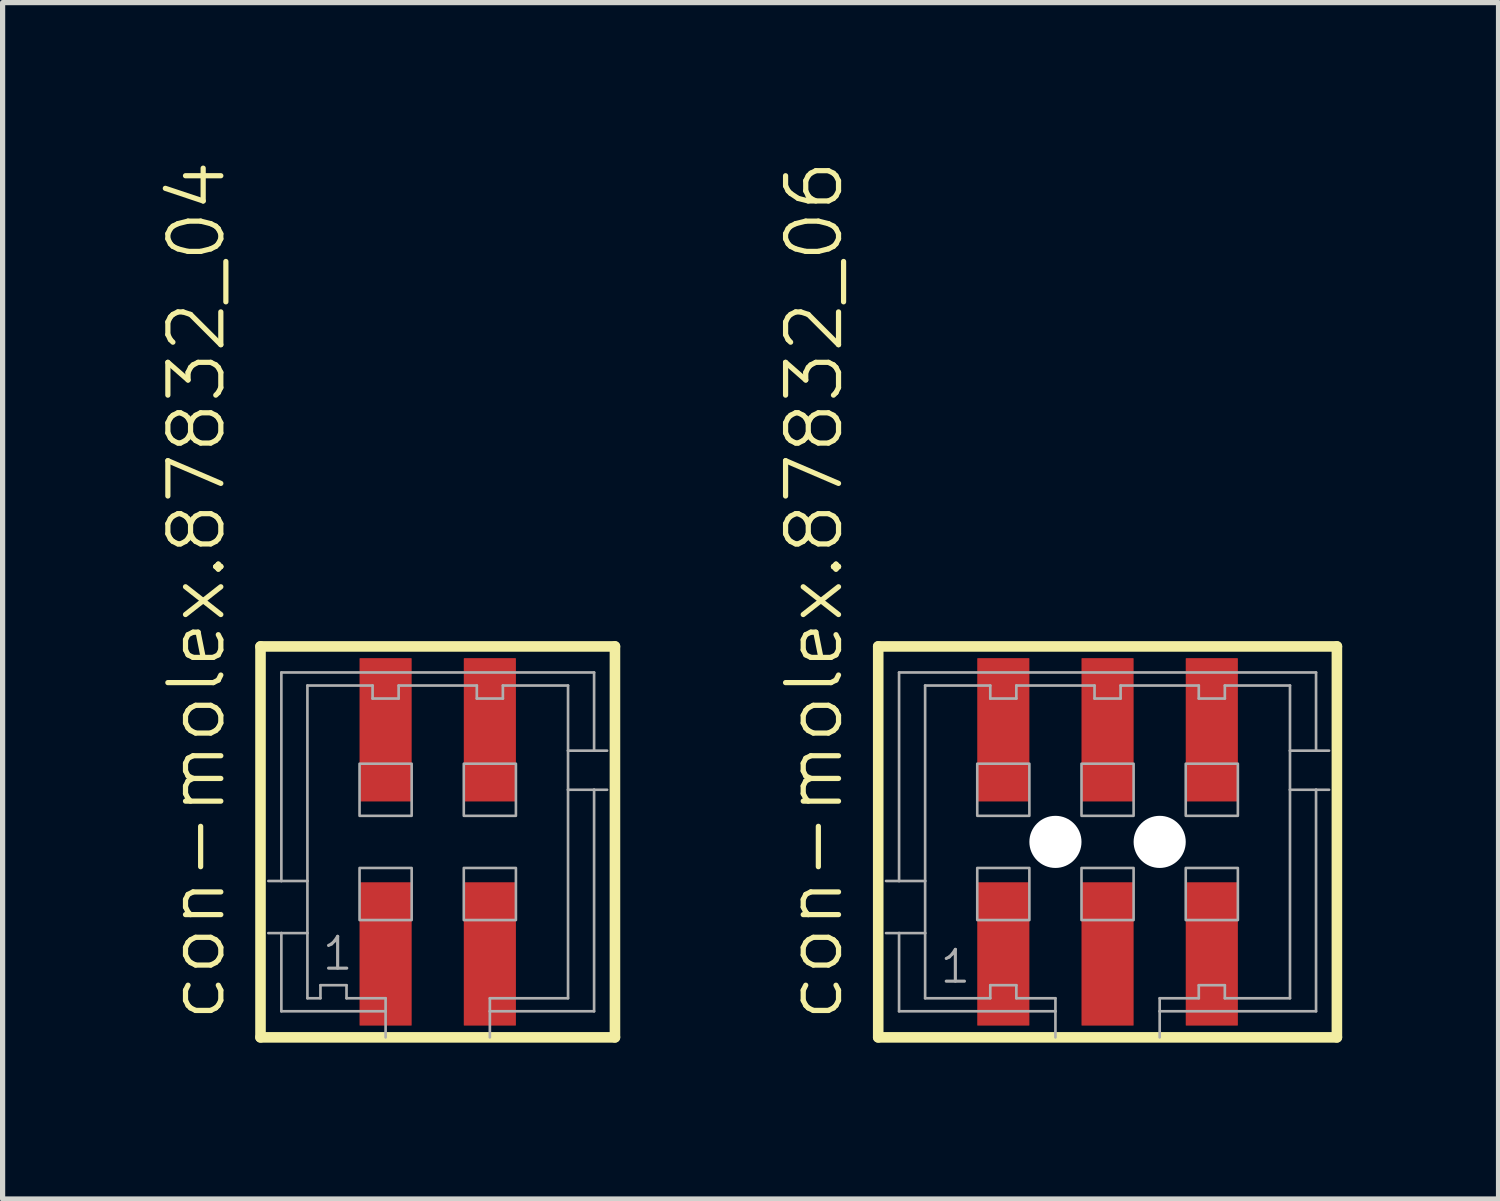
<source format=kicad_pcb>
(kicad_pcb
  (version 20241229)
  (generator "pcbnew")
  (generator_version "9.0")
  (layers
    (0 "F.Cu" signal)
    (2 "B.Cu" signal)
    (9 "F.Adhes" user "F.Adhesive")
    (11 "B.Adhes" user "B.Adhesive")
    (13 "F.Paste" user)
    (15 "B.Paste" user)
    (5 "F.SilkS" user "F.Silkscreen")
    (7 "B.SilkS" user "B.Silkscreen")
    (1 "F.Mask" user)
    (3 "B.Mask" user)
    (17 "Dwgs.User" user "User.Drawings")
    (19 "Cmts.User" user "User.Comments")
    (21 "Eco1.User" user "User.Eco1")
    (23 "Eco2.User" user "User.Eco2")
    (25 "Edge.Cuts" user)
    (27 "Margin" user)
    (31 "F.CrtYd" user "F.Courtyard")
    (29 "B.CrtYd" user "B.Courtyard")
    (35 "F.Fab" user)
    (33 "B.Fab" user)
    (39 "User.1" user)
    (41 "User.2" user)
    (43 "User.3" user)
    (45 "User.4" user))
  (footprint "con-molex.87832_06"
    (layer "F.Cu")
    (at 18.199 13.102)
    (property "Reference" "con-molex.87832_06" (at -5.032 3.493 90) (layer "F.SilkS") (effects (font (size 1.016 1.016) (thickness 0.1)) (justify left bottom)))
    (attr smd)
    (fp_line (start -4.4 -3.75) (end 4.4 -3.75) (stroke (width 0.203) (type default)) (layer "F.SilkS"))
    (fp_line (start -4.4 3.75) (end -4.4 -3.75) (stroke (width 0.203) (type default)) (layer "F.SilkS"))
    (fp_line (start 4.4 -3.75) (end 4.4 3.75) (stroke (width 0.203) (type default)) (layer "F.SilkS"))
    (fp_line (start 4.4 3.75) (end -4.4 3.75) (stroke (width 0.203) (type default)) (layer "F.SilkS"))
    (fp_line (start -4 -3.25) (end 4 -3.25) (stroke (width 0.051) (type default)) (layer "F.Fab"))
    (fp_line (start -4 0.75) (end -4.25 0.75) (stroke (width 0.051) (type default)) (layer "F.Fab"))
    (fp_line (start -4 0.75) (end -4 -3.25) (stroke (width 0.051) (type default)) (layer "F.Fab"))
    (fp_line (start -4 1.75) (end -4.25 1.75) (stroke (width 0.051) (type default)) (layer "F.Fab"))
    (fp_line (start -4 3.25) (end -4 1.75) (stroke (width 0.051) (type default)) (layer "F.Fab"))
    (fp_line (start -3.5 -3) (end -3.5 0.75) (stroke (width 0.051) (type default)) (layer "F.Fab"))
    (fp_line (start -3.5 0.75) (end -4 0.75) (stroke (width 0.051) (type default)) (layer "F.Fab"))
    (fp_line (start -3.5 0.75) (end -3.5 1.75) (stroke (width 0.051) (type default)) (layer "F.Fab"))
    (fp_line (start -3.5 1.75) (end -4 1.75) (stroke (width 0.051) (type default)) (layer "F.Fab"))
    (fp_line (start -3.5 1.75) (end -3.5 3) (stroke (width 0.051) (type default)) (layer "F.Fab"))
    (fp_line (start -3.5 3) (end -2.25 3) (stroke (width 0.051) (type default)) (layer "F.Fab"))
    (fp_line (start -2.25 -3) (end -3.5 -3) (stroke (width 0.051) (type default)) (layer "F.Fab"))
    (fp_line (start -2.25 -2.75) (end -2.25 -3) (stroke (width 0.051) (type default)) (layer "F.Fab"))
    (fp_line (start -2.25 2.75) (end -1.75 2.75) (stroke (width 0.051) (type default)) (layer "F.Fab"))
    (fp_line (start -2.25 3) (end -2.25 2.75) (stroke (width 0.051) (type default)) (layer "F.Fab"))
    (fp_line (start -1.75 -3) (end -1.75 -2.75) (stroke (width 0.051) (type default)) (layer "F.Fab"))
    (fp_line (start -1.75 -2.75) (end -2.25 -2.75) (stroke (width 0.051) (type default)) (layer "F.Fab"))
    (fp_line (start -1.75 2.75) (end -1.75 3) (stroke (width 0.051) (type default)) (layer "F.Fab"))
    (fp_line (start -1.75 3) (end -1 3) (stroke (width 0.051) (type default)) (layer "F.Fab"))
    (fp_line (start -1 3) (end -1 3.25) (stroke (width 0.051) (type default)) (layer "F.Fab"))
    (fp_line (start -1 3.25) (end -4 3.25) (stroke (width 0.051) (type default)) (layer "F.Fab"))
    (fp_line (start -1 3.25) (end -1 3.75) (stroke (width 0.051) (type default)) (layer "F.Fab"))
    (fp_line (start -0.25 -3) (end -1.75 -3) (stroke (width 0.051) (type default)) (layer "F.Fab"))
    (fp_line (start -0.25 -2.75) (end -0.25 -3) (stroke (width 0.051) (type default)) (layer "F.Fab"))
    (fp_line (start 0.25 -3) (end 0.25 -2.75) (stroke (width 0.051) (type default)) (layer "F.Fab"))
    (fp_line (start 0.25 -2.75) (end -0.25 -2.75) (stroke (width 0.051) (type default)) (layer "F.Fab"))
    (fp_line (start 1 3) (end 1.75 3) (stroke (width 0.051) (type default)) (layer "F.Fab"))
    (fp_line (start 1 3.25) (end 1 3) (stroke (width 0.051) (type default)) (layer "F.Fab"))
    (fp_line (start 1 3.75) (end 1 3.25) (stroke (width 0.051) (type default)) (layer "F.Fab"))
    (fp_line (start 1.75 -3) (end 0.25 -3) (stroke (width 0.051) (type default)) (layer "F.Fab"))
    (fp_line (start 1.75 -2.75) (end 1.75 -3) (stroke (width 0.051) (type default)) (layer "F.Fab"))
    (fp_line (start 1.75 2.75) (end 2.25 2.75) (stroke (width 0.051) (type default)) (layer "F.Fab"))
    (fp_line (start 1.75 3) (end 1.75 2.75) (stroke (width 0.051) (type default)) (layer "F.Fab"))
    (fp_line (start 2.25 -3) (end 2.25 -2.75) (stroke (width 0.051) (type default)) (layer "F.Fab"))
    (fp_line (start 2.25 -2.75) (end 1.75 -2.75) (stroke (width 0.051) (type default)) (layer "F.Fab"))
    (fp_line (start 2.25 2.75) (end 2.25 3) (stroke (width 0.051) (type default)) (layer "F.Fab"))
    (fp_line (start 2.25 3) (end 3.5 3) (stroke (width 0.051) (type default)) (layer "F.Fab"))
    (fp_line (start 3.5 -3) (end 2.25 -3) (stroke (width 0.051) (type default)) (layer "F.Fab"))
    (fp_line (start 3.5 -1.75) (end 3.5 -3) (stroke (width 0.051) (type default)) (layer "F.Fab"))
    (fp_line (start 3.5 -1.75) (end 4 -1.75) (stroke (width 0.051) (type default)) (layer "F.Fab"))
    (fp_line (start 3.5 -1) (end 3.5 -1.75) (stroke (width 0.051) (type default)) (layer "F.Fab"))
    (fp_line (start 3.5 -1) (end 4 -1) (stroke (width 0.051) (type default)) (layer "F.Fab"))
    (fp_line (start 3.5 3) (end 3.5 -1) (stroke (width 0.051) (type default)) (layer "F.Fab"))
    (fp_line (start 4 -3.25) (end 4 -1.75) (stroke (width 0.051) (type default)) (layer "F.Fab"))
    (fp_line (start 4 -1.75) (end 4.25 -1.75) (stroke (width 0.051) (type default)) (layer "F.Fab"))
    (fp_line (start 4 -1) (end 4 3.25) (stroke (width 0.051) (type default)) (layer "F.Fab"))
    (fp_line (start 4 -1) (end 4.25 -1) (stroke (width 0.051) (type default)) (layer "F.Fab"))
    (fp_line (start 4 3.25) (end 1 3.25) (stroke (width 0.051) (type default)) (layer "F.Fab"))
    (fp_rect (start -2.5 -0.5) (end -1.5 -1.5) (stroke (width 0.05) (type default)) (fill no) (layer "F.Fab"))
    (fp_rect (start -2.5 1.5) (end -1.5 0.5) (stroke (width 0.05) (type default)) (fill no) (layer "F.Fab"))
    (fp_rect (start -0.5 -0.5) (end 0.5 -1.5) (stroke (width 0.05) (type default)) (fill no) (layer "F.Fab"))
    (fp_rect (start -0.5 1.5) (end 0.5 0.5) (stroke (width 0.05) (type default)) (fill no) (layer "F.Fab"))
    (fp_rect (start 1.5 -0.5) (end 2.5 -1.5) (stroke (width 0.05) (type default)) (fill no) (layer "F.Fab"))
    (fp_rect (start 1.5 1.5) (end 2.5 0.5) (stroke (width 0.05) (type default)) (fill no) (layer "F.Fab"))
    (fp_text user "1" (at -3.25 2.75 0) (layer "F.Fab") (effects (font (size 0.61 0.61) (thickness 0.06)) (justify left bottom)))
    (pad "" np_thru_hole circle (at -1 0) (size 1 1) (drill 1) (layers "*.Cu" "*.Mask"))
    (pad "" np_thru_hole circle (at 1 0) (size 1 1) (drill 1) (layers "*.Cu" "*.Mask"))
    (pad "1" smd roundrect (at -2 2.15) (size 1 2.75) (layers "F.Cu" "F.Mask" "F.Paste") (roundrect_rratio 0.01))
    (pad "2" smd roundrect (at -2 -2.15) (size 1 2.75) (layers "F.Cu" "F.Mask" "F.Paste") (roundrect_rratio 0.01))
    (pad "3" smd roundrect (at 0 2.15) (size 1 2.75) (layers "F.Cu" "F.Mask" "F.Paste") (roundrect_rratio 0.01))
    (pad "4" smd roundrect (at 0 -2.15) (size 1 2.75) (layers "F.Cu" "F.Mask" "F.Paste") (roundrect_rratio 0.01))
    (pad "5" smd roundrect (at 2 2.15) (size 1 2.75) (layers "F.Cu" "F.Mask" "F.Paste") (roundrect_rratio 0.01))
    (pad "6" smd roundrect (at 2 -2.15) (size 1 2.75) (layers "F.Cu" "F.Mask" "F.Paste") (roundrect_rratio 0.01)))
  (footprint "con-molex.87832_04"
    (layer "F.Cu")
    (at 5.348 13.102)
    (property "Reference" "con-molex.87832_04" (at -4.032 3.493 90) (layer "F.SilkS") (effects (font (size 1.016 1.016) (thickness 0.1)) (justify left bottom)))
    (attr smd)
    (fp_line (start -3.4 -3.75) (end 3.4 -3.75) (stroke (width 0.203) (type default)) (layer "F.SilkS"))
    (fp_line (start -3.4 3.75) (end -3.4 -3.75) (stroke (width 0.203) (type default)) (layer "F.SilkS"))
    (fp_line (start 3.4 -3.75) (end 3.4 3.75) (stroke (width 0.203) (type default)) (layer "F.SilkS"))
    (fp_line (start 3.4 3.75) (end -3.4 3.75) (stroke (width 0.203) (type default)) (layer "F.SilkS"))
    (fp_line (start -3 -3.25) (end 3 -3.25) (stroke (width 0.051) (type default)) (layer "F.Fab"))
    (fp_line (start -3 0.75) (end -3.25 0.75) (stroke (width 0.051) (type default)) (layer "F.Fab"))
    (fp_line (start -3 0.75) (end -3 -3.25) (stroke (width 0.051) (type default)) (layer "F.Fab"))
    (fp_line (start -3 1.75) (end -3.25 1.75) (stroke (width 0.051) (type default)) (layer "F.Fab"))
    (fp_line (start -3 3.25) (end -3 1.75) (stroke (width 0.051) (type default)) (layer "F.Fab"))
    (fp_line (start -2.5 -3) (end -2.5 0.75) (stroke (width 0.051) (type default)) (layer "F.Fab"))
    (fp_line (start -2.5 0.75) (end -3 0.75) (stroke (width 0.051) (type default)) (layer "F.Fab"))
    (fp_line (start -2.5 0.75) (end -2.5 1.75) (stroke (width 0.051) (type default)) (layer "F.Fab"))
    (fp_line (start -2.5 1.75) (end -3 1.75) (stroke (width 0.051) (type default)) (layer "F.Fab"))
    (fp_line (start -2.5 1.75) (end -2.5 3) (stroke (width 0.051) (type default)) (layer "F.Fab"))
    (fp_line (start -2.5 3) (end -2.25 3) (stroke (width 0.051) (type default)) (layer "F.Fab"))
    (fp_line (start -2.25 2.75) (end -1.75 2.75) (stroke (width 0.051) (type default)) (layer "F.Fab"))
    (fp_line (start -2.25 3) (end -2.25 2.75) (stroke (width 0.051) (type default)) (layer "F.Fab"))
    (fp_line (start -1.75 2.75) (end -1.75 3) (stroke (width 0.051) (type default)) (layer "F.Fab"))
    (fp_line (start -1.75 3) (end -1 3) (stroke (width 0.051) (type default)) (layer "F.Fab"))
    (fp_line (start -1.25 -3) (end -2.5 -3) (stroke (width 0.051) (type default)) (layer "F.Fab"))
    (fp_line (start -1.25 -2.75) (end -1.25 -3) (stroke (width 0.051) (type default)) (layer "F.Fab"))
    (fp_line (start -1 3) (end -1 3.25) (stroke (width 0.051) (type default)) (layer "F.Fab"))
    (fp_line (start -1 3.25) (end -3 3.25) (stroke (width 0.051) (type default)) (layer "F.Fab"))
    (fp_line (start -1 3.25) (end -1 3.75) (stroke (width 0.051) (type default)) (layer "F.Fab"))
    (fp_line (start -0.75 -3) (end -0.75 -2.75) (stroke (width 0.051) (type default)) (layer "F.Fab"))
    (fp_line (start -0.75 -2.75) (end -1.25 -2.75) (stroke (width 0.051) (type default)) (layer "F.Fab"))
    (fp_line (start 0.75 -3) (end -0.75 -3) (stroke (width 0.051) (type default)) (layer "F.Fab"))
    (fp_line (start 0.75 -2.75) (end 0.75 -3) (stroke (width 0.051) (type default)) (layer "F.Fab"))
    (fp_line (start 1 3) (end 2.5 3) (stroke (width 0.051) (type default)) (layer "F.Fab"))
    (fp_line (start 1 3.25) (end 1 3) (stroke (width 0.051) (type default)) (layer "F.Fab"))
    (fp_line (start 1 3.75) (end 1 3.25) (stroke (width 0.051) (type default)) (layer "F.Fab"))
    (fp_line (start 1.25 -3) (end 1.25 -2.75) (stroke (width 0.051) (type default)) (layer "F.Fab"))
    (fp_line (start 1.25 -2.75) (end 0.75 -2.75) (stroke (width 0.051) (type default)) (layer "F.Fab"))
    (fp_line (start 2.5 -3) (end 1.25 -3) (stroke (width 0.051) (type default)) (layer "F.Fab"))
    (fp_line (start 2.5 -1.75) (end 2.5 -3) (stroke (width 0.051) (type default)) (layer "F.Fab"))
    (fp_line (start 2.5 -1.75) (end 3 -1.75) (stroke (width 0.051) (type default)) (layer "F.Fab"))
    (fp_line (start 2.5 -1) (end 2.5 -1.75) (stroke (width 0.051) (type default)) (layer "F.Fab"))
    (fp_line (start 2.5 -1) (end 3 -1) (stroke (width 0.051) (type default)) (layer "F.Fab"))
    (fp_line (start 2.5 3) (end 2.5 -1) (stroke (width 0.051) (type default)) (layer "F.Fab"))
    (fp_line (start 3 -3.25) (end 3 -1.75) (stroke (width 0.051) (type default)) (layer "F.Fab"))
    (fp_line (start 3 -1.75) (end 3.25 -1.75) (stroke (width 0.051) (type default)) (layer "F.Fab"))
    (fp_line (start 3 -1) (end 3 3.25) (stroke (width 0.051) (type default)) (layer "F.Fab"))
    (fp_line (start 3 -1) (end 3.25 -1) (stroke (width 0.051) (type default)) (layer "F.Fab"))
    (fp_line (start 3 3.25) (end 1 3.25) (stroke (width 0.051) (type default)) (layer "F.Fab"))
    (fp_rect (start -1.5 -0.5) (end -0.5 -1.5) (stroke (width 0.05) (type default)) (fill no) (layer "F.Fab"))
    (fp_rect (start -1.5 1.5) (end -0.5 0.5) (stroke (width 0.05) (type default)) (fill no) (layer "F.Fab"))
    (fp_rect (start 0.5 -0.5) (end 1.5 -1.5) (stroke (width 0.05) (type default)) (fill no) (layer "F.Fab"))
    (fp_rect (start 0.5 1.5) (end 1.5 0.5) (stroke (width 0.05) (type default)) (fill no) (layer "F.Fab"))
    (fp_text user "1" (at -2.25 2.5 0) (layer "F.Fab") (effects (font (size 0.61 0.61) (thickness 0.06)) (justify left bottom)))
    (pad "1" smd roundrect (at -1 2.15) (size 1 2.75) (layers "F.Cu" "F.Mask" "F.Paste") (roundrect_rratio 0.01))
    (pad "2" smd roundrect (at -1 -2.15) (size 1 2.75) (layers "F.Cu" "F.Mask" "F.Paste") (roundrect_rratio 0.01))
    (pad "3" smd roundrect (at 1 2.15) (size 1 2.75) (layers "F.Cu" "F.Mask" "F.Paste") (roundrect_rratio 0.01))
    (pad "4" smd roundrect (at 1 -2.15) (size 1 2.75) (layers "F.Cu" "F.Mask" "F.Paste") (roundrect_rratio 0.01)))
  (gr_rect
    (start -3 -3)
    (end 25.7 19.954)
    (stroke (width 0.1) (type default))
    (fill no)
    (layer "Edge.Cuts")))
</source>
